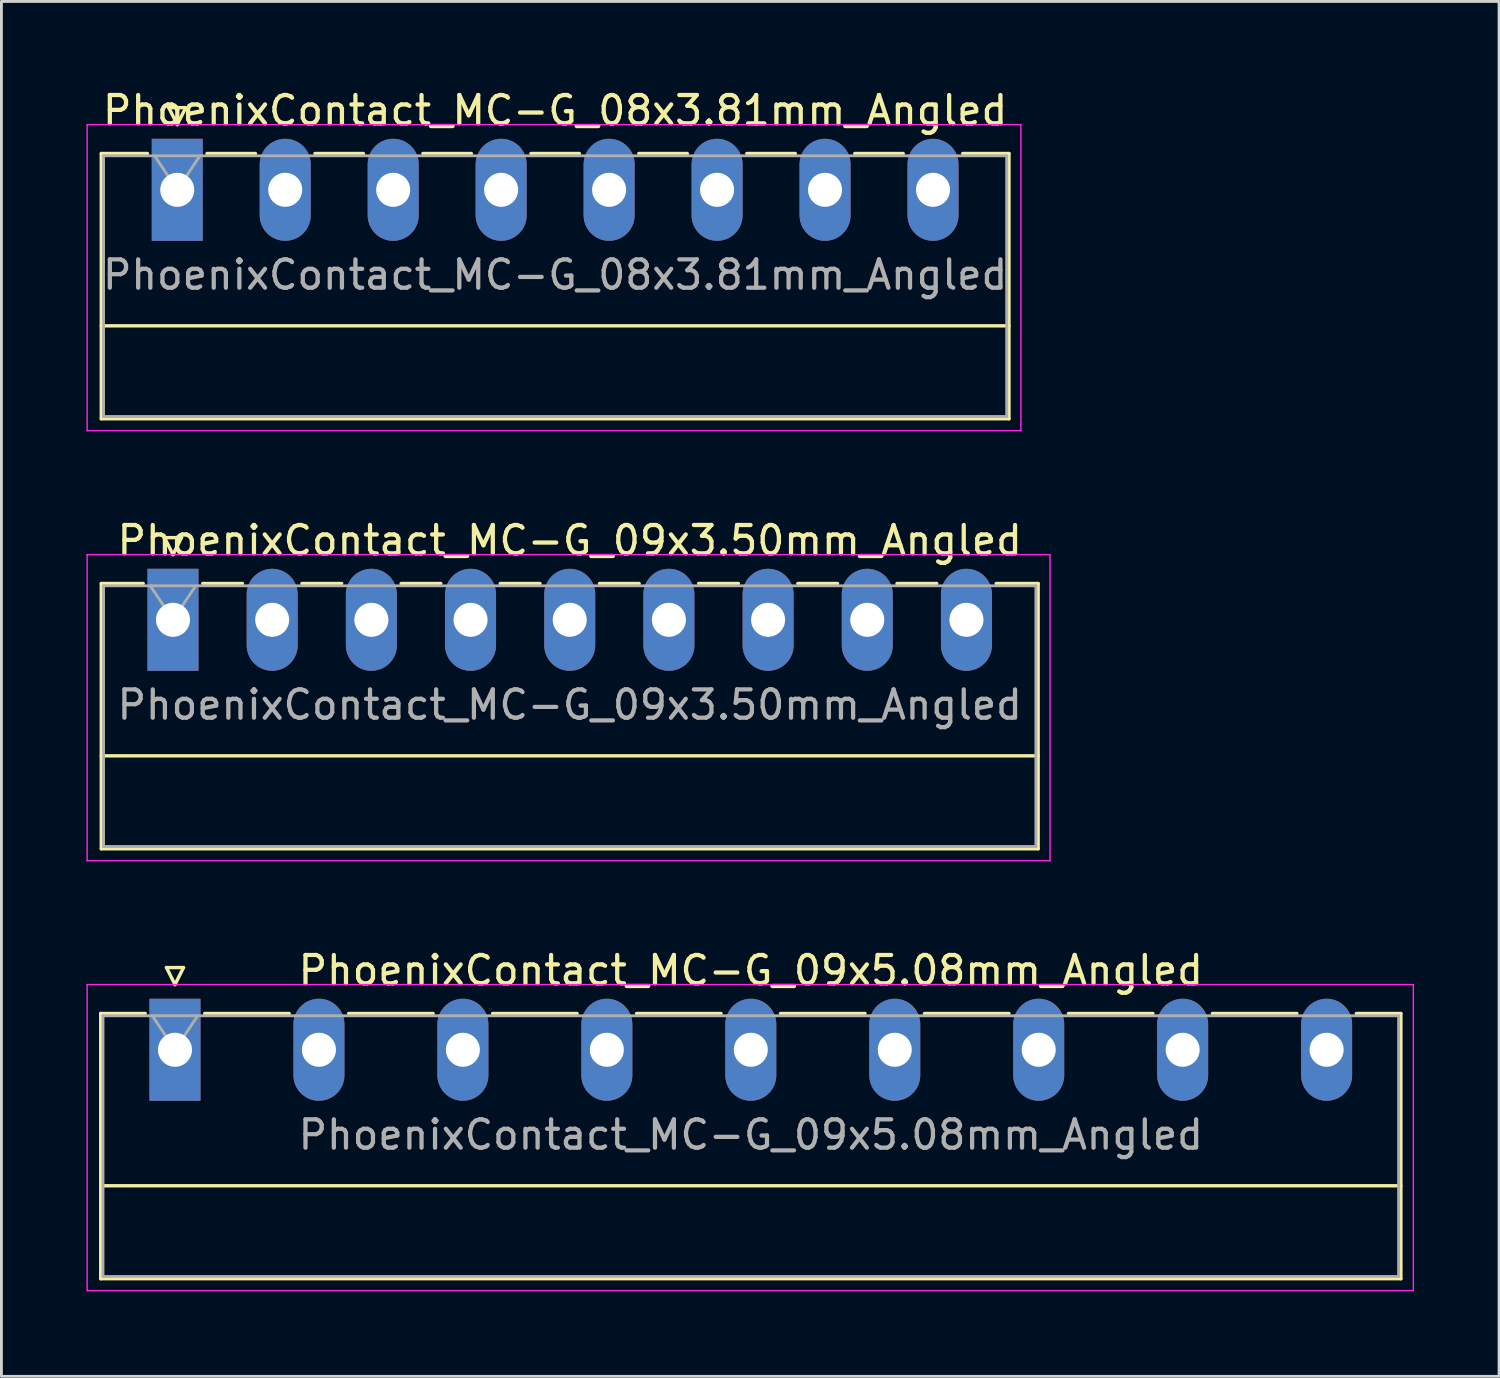
<source format=kicad_pcb>
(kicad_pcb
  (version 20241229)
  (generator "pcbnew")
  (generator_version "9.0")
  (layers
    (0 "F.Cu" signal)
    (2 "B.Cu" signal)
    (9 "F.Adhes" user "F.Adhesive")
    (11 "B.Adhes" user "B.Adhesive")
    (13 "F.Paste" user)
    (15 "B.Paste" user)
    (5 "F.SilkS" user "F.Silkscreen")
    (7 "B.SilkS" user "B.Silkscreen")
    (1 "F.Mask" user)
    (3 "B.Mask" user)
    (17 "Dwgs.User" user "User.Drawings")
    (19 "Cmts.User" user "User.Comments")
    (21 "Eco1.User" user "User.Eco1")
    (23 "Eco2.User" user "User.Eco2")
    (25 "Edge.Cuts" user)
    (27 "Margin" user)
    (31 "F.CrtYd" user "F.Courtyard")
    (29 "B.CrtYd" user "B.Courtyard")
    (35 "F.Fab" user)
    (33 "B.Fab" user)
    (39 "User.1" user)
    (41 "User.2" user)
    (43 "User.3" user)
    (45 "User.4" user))
  (footprint "PhoenixContact_MC-G_08x3.81mm_Angled"
    (layer "F.Cu")
    (at 3.205 3.648)
    (property "Reference" "PhoenixContact_MC-G_08x3.81mm_Angled" (at 13.335 -2.8 0) (layer "F.SilkS") (effects (font (size 1 1) (thickness 0.15))))
    (attr through_hole)
    (fp_line (start -2.68 -1.28) (end -2.68 8.08) (stroke (width 0.12) (type solid)) (layer "F.SilkS"))
    (fp_line (start -2.68 -1.28) (end -1.05 -1.28) (stroke (width 0.12) (type solid)) (layer "F.SilkS"))
    (fp_line (start -2.68 4.8) (end 29.35 4.8) (stroke (width 0.12) (type solid)) (layer "F.SilkS"))
    (fp_line (start -2.68 8.08) (end 29.35 8.08) (stroke (width 0.12) (type solid)) (layer "F.SilkS"))
    (fp_line (start -0.3 -2.9) (end 0.3 -2.9) (stroke (width 0.12) (type solid)) (layer "F.SilkS"))
    (fp_line (start 0 -2.3) (end -0.3 -2.9) (stroke (width 0.12) (type solid)) (layer "F.SilkS"))
    (fp_line (start 0.3 -2.9) (end 0 -2.3) (stroke (width 0.12) (type solid)) (layer "F.SilkS"))
    (fp_line (start 1.05 -1.28) (end 2.76 -1.28) (stroke (width 0.12) (type solid)) (layer "F.SilkS"))
    (fp_line (start 4.86 -1.28) (end 6.57 -1.28) (stroke (width 0.12) (type solid)) (layer "F.SilkS"))
    (fp_line (start 8.67 -1.28) (end 10.38 -1.28) (stroke (width 0.12) (type solid)) (layer "F.SilkS"))
    (fp_line (start 12.48 -1.28) (end 14.19 -1.28) (stroke (width 0.12) (type solid)) (layer "F.SilkS"))
    (fp_line (start 16.29 -1.28) (end 18 -1.28) (stroke (width 0.12) (type solid)) (layer "F.SilkS"))
    (fp_line (start 20.1 -1.28) (end 21.81 -1.28) (stroke (width 0.12) (type solid)) (layer "F.SilkS"))
    (fp_line (start 23.91 -1.28) (end 25.62 -1.28) (stroke (width 0.12) (type solid)) (layer "F.SilkS"))
    (fp_line (start 29.35 -1.28) (end 27.72 -1.28) (stroke (width 0.12) (type solid)) (layer "F.SilkS"))
    (fp_line (start 29.35 8.08) (end 29.35 -1.28) (stroke (width 0.12) (type solid)) (layer "F.SilkS"))
    (fp_line (start -3.18 -2.3) (end -3.18 8.5) (stroke (width 0.05) (type solid)) (layer "F.CrtYd"))
    (fp_line (start -3.18 8.5) (end 29.77 8.5) (stroke (width 0.05) (type solid)) (layer "F.CrtYd"))
    (fp_line (start 29.77 -2.3) (end -3.18 -2.3) (stroke (width 0.05) (type solid)) (layer "F.CrtYd"))
    (fp_line (start 29.77 8.5) (end 29.77 -2.3) (stroke (width 0.05) (type solid)) (layer "F.CrtYd"))
    (fp_line (start -2.6 -1.2) (end -2.6 8) (stroke (width 0.1) (type solid)) (layer "F.Fab"))
    (fp_line (start -2.6 8) (end 29.27 8) (stroke (width 0.1) (type solid)) (layer "F.Fab"))
    (fp_line (start 0 0) (end -0.8 -1.2) (stroke (width 0.1) (type solid)) (layer "F.Fab"))
    (fp_line (start 0.8 -1.2) (end 0 0) (stroke (width 0.1) (type solid)) (layer "F.Fab"))
    (fp_line (start 29.27 -1.2) (end -2.6 -1.2) (stroke (width 0.1) (type solid)) (layer "F.Fab"))
    (fp_line (start 29.27 8) (end 29.27 -1.2) (stroke (width 0.1) (type solid)) (layer "F.Fab"))
    (fp_text user "${REFERENCE}" (at 13.335 3 0) (layer "F.Fab") (effects (font (size 1 1) (thickness 0.15))))
    (pad "1" thru_hole rect (at 0 0) (size 1.8 3.6) (drill 1.2) (layers "*.Cu" "*.Mask"))
    (pad "2" thru_hole oval (at 3.81 0) (size 1.8 3.6) (drill 1.2) (layers "*.Cu" "*.Mask"))
    (pad "3" thru_hole oval (at 7.62 0) (size 1.8 3.6) (drill 1.2) (layers "*.Cu" "*.Mask"))
    (pad "4" thru_hole oval (at 11.43 0) (size 1.8 3.6) (drill 1.2) (layers "*.Cu" "*.Mask"))
    (pad "5" thru_hole oval (at 15.24 0) (size 1.8 3.6) (drill 1.2) (layers "*.Cu" "*.Mask"))
    (pad "6" thru_hole oval (at 19.05 0) (size 1.8 3.6) (drill 1.2) (layers "*.Cu" "*.Mask"))
    (pad "7" thru_hole oval (at 22.86 0) (size 1.8 3.6) (drill 1.2) (layers "*.Cu" "*.Mask"))
    (pad "8" thru_hole oval (at 26.67 0) (size 1.8 3.6) (drill 1.2) (layers "*.Cu" "*.Mask")))
  (footprint "PhoenixContact_MC-G_09x5.08mm_Angled"
    (layer "F.Cu")
    (at 3.125 33.995)
    (property "Reference" "PhoenixContact_MC-G_09x5.08mm_Angled" (at 20.32 -2.8 0) (layer "F.SilkS") (effects (font (size 1 1) (thickness 0.15))))
    (attr through_hole)
    (fp_line (start -2.62 -1.28) (end -2.62 8.08) (stroke (width 0.12) (type solid)) (layer "F.SilkS"))
    (fp_line (start -2.62 -1.28) (end -1.05 -1.28) (stroke (width 0.12) (type solid)) (layer "F.SilkS"))
    (fp_line (start -2.62 4.8) (end 43.26 4.8) (stroke (width 0.12) (type solid)) (layer "F.SilkS"))
    (fp_line (start -2.62 8.08) (end 43.26 8.08) (stroke (width 0.12) (type solid)) (layer "F.SilkS"))
    (fp_line (start -0.3 -2.9) (end 0.3 -2.9) (stroke (width 0.12) (type solid)) (layer "F.SilkS"))
    (fp_line (start 0 -2.3) (end -0.3 -2.9) (stroke (width 0.12) (type solid)) (layer "F.SilkS"))
    (fp_line (start 0.3 -2.9) (end 0 -2.3) (stroke (width 0.12) (type solid)) (layer "F.SilkS"))
    (fp_line (start 1.05 -1.28) (end 4.03 -1.28) (stroke (width 0.12) (type solid)) (layer "F.SilkS"))
    (fp_line (start 6.13 -1.28) (end 9.11 -1.28) (stroke (width 0.12) (type solid)) (layer "F.SilkS"))
    (fp_line (start 11.21 -1.28) (end 14.19 -1.28) (stroke (width 0.12) (type solid)) (layer "F.SilkS"))
    (fp_line (start 16.29 -1.28) (end 19.27 -1.28) (stroke (width 0.12) (type solid)) (layer "F.SilkS"))
    (fp_line (start 21.37 -1.28) (end 24.35 -1.28) (stroke (width 0.12) (type solid)) (layer "F.SilkS"))
    (fp_line (start 26.45 -1.28) (end 29.43 -1.28) (stroke (width 0.12) (type solid)) (layer "F.SilkS"))
    (fp_line (start 31.53 -1.28) (end 34.51 -1.28) (stroke (width 0.12) (type solid)) (layer "F.SilkS"))
    (fp_line (start 36.61 -1.28) (end 39.59 -1.28) (stroke (width 0.12) (type solid)) (layer "F.SilkS"))
    (fp_line (start 43.26 -1.28) (end 41.69 -1.28) (stroke (width 0.12) (type solid)) (layer "F.SilkS"))
    (fp_line (start 43.26 8.08) (end 43.26 -1.28) (stroke (width 0.12) (type solid)) (layer "F.SilkS"))
    (fp_line (start -3.1 -2.3) (end -3.1 8.5) (stroke (width 0.05) (type solid)) (layer "F.CrtYd"))
    (fp_line (start -3.1 8.5) (end 43.7 8.5) (stroke (width 0.05) (type solid)) (layer "F.CrtYd"))
    (fp_line (start 43.7 -2.3) (end -3.1 -2.3) (stroke (width 0.05) (type solid)) (layer "F.CrtYd"))
    (fp_line (start 43.7 8.5) (end 43.7 -2.3) (stroke (width 0.05) (type solid)) (layer "F.CrtYd"))
    (fp_line (start -2.54 -1.2) (end -2.54 8) (stroke (width 0.1) (type solid)) (layer "F.Fab"))
    (fp_line (start -2.54 8) (end 43.18 8) (stroke (width 0.1) (type solid)) (layer "F.Fab"))
    (fp_line (start 0 0) (end -0.8 -1.2) (stroke (width 0.1) (type solid)) (layer "F.Fab"))
    (fp_line (start 0.8 -1.2) (end 0 0) (stroke (width 0.1) (type solid)) (layer "F.Fab"))
    (fp_line (start 43.18 -1.2) (end -2.54 -1.2) (stroke (width 0.1) (type solid)) (layer "F.Fab"))
    (fp_line (start 43.18 8) (end 43.18 -1.2) (stroke (width 0.1) (type solid)) (layer "F.Fab"))
    (fp_text user "${REFERENCE}" (at 20.32 3 0) (layer "F.Fab") (effects (font (size 1 1) (thickness 0.15))))
    (pad "1" thru_hole rect (at 0 0) (size 1.8 3.6) (drill 1.2) (layers "*.Cu" "*.Mask"))
    (pad "2" thru_hole oval (at 5.08 0) (size 1.8 3.6) (drill 1.2) (layers "*.Cu" "*.Mask"))
    (pad "3" thru_hole oval (at 10.16 0) (size 1.8 3.6) (drill 1.2) (layers "*.Cu" "*.Mask"))
    (pad "4" thru_hole oval (at 15.24 0) (size 1.8 3.6) (drill 1.2) (layers "*.Cu" "*.Mask"))
    (pad "5" thru_hole oval (at 20.32 0) (size 1.8 3.6) (drill 1.2) (layers "*.Cu" "*.Mask"))
    (pad "6" thru_hole oval (at 25.4 0) (size 1.8 3.6) (drill 1.2) (layers "*.Cu" "*.Mask"))
    (pad "7" thru_hole oval (at 30.48 0) (size 1.8 3.6) (drill 1.2) (layers "*.Cu" "*.Mask"))
    (pad "8" thru_hole oval (at 35.56 0) (size 1.8 3.6) (drill 1.2) (layers "*.Cu" "*.Mask"))
    (pad "9" thru_hole oval (at 40.64 0) (size 1.8 3.6) (drill 1.2) (layers "*.Cu" "*.Mask")))
  (footprint "PhoenixContact_MC-G_09x3.50mm_Angled"
    (layer "F.Cu")
    (at 3.055 18.822)
    (property "Reference" "PhoenixContact_MC-G_09x3.50mm_Angled" (at 14 -2.8 0) (layer "F.SilkS") (effects (font (size 1 1) (thickness 0.15))))
    (attr through_hole)
    (fp_line (start -2.53 -1.28) (end -2.53 8.08) (stroke (width 0.12) (type solid)) (layer "F.SilkS"))
    (fp_line (start -2.53 -1.28) (end -1.05 -1.28) (stroke (width 0.12) (type solid)) (layer "F.SilkS"))
    (fp_line (start -2.53 4.8) (end 30.53 4.8) (stroke (width 0.12) (type solid)) (layer "F.SilkS"))
    (fp_line (start -2.53 8.08) (end 30.53 8.08) (stroke (width 0.12) (type solid)) (layer "F.SilkS"))
    (fp_line (start -0.3 -2.9) (end 0.3 -2.9) (stroke (width 0.12) (type solid)) (layer "F.SilkS"))
    (fp_line (start 0 -2.3) (end -0.3 -2.9) (stroke (width 0.12) (type solid)) (layer "F.SilkS"))
    (fp_line (start 0.3 -2.9) (end 0 -2.3) (stroke (width 0.12) (type solid)) (layer "F.SilkS"))
    (fp_line (start 1.05 -1.28) (end 2.45 -1.28) (stroke (width 0.12) (type solid)) (layer "F.SilkS"))
    (fp_line (start 4.55 -1.28) (end 5.95 -1.28) (stroke (width 0.12) (type solid)) (layer "F.SilkS"))
    (fp_line (start 8.05 -1.28) (end 9.45 -1.28) (stroke (width 0.12) (type solid)) (layer "F.SilkS"))
    (fp_line (start 11.55 -1.28) (end 12.95 -1.28) (stroke (width 0.12) (type solid)) (layer "F.SilkS"))
    (fp_line (start 15.05 -1.28) (end 16.45 -1.28) (stroke (width 0.12) (type solid)) (layer "F.SilkS"))
    (fp_line (start 18.55 -1.28) (end 19.95 -1.28) (stroke (width 0.12) (type solid)) (layer "F.SilkS"))
    (fp_line (start 22.05 -1.28) (end 23.45 -1.28) (stroke (width 0.12) (type solid)) (layer "F.SilkS"))
    (fp_line (start 25.55 -1.28) (end 26.95 -1.28) (stroke (width 0.12) (type solid)) (layer "F.SilkS"))
    (fp_line (start 30.53 -1.28) (end 29.05 -1.28) (stroke (width 0.12) (type solid)) (layer "F.SilkS"))
    (fp_line (start 30.53 8.08) (end 30.53 -1.28) (stroke (width 0.12) (type solid)) (layer "F.SilkS"))
    (fp_line (start -3.03 -2.3) (end -3.03 8.5) (stroke (width 0.05) (type solid)) (layer "F.CrtYd"))
    (fp_line (start -3.03 8.5) (end 30.95 8.5) (stroke (width 0.05) (type solid)) (layer "F.CrtYd"))
    (fp_line (start 30.95 -2.3) (end -3.03 -2.3) (stroke (width 0.05) (type solid)) (layer "F.CrtYd"))
    (fp_line (start 30.95 8.5) (end 30.95 -2.3) (stroke (width 0.05) (type solid)) (layer "F.CrtYd"))
    (fp_line (start -2.45 -1.2) (end -2.45 8) (stroke (width 0.1) (type solid)) (layer "F.Fab"))
    (fp_line (start -2.45 8) (end 30.45 8) (stroke (width 0.1) (type solid)) (layer "F.Fab"))
    (fp_line (start 0 0) (end -0.8 -1.2) (stroke (width 0.1) (type solid)) (layer "F.Fab"))
    (fp_line (start 0.8 -1.2) (end 0 0) (stroke (width 0.1) (type solid)) (layer "F.Fab"))
    (fp_line (start 30.45 -1.2) (end -2.45 -1.2) (stroke (width 0.1) (type solid)) (layer "F.Fab"))
    (fp_line (start 30.45 8) (end 30.45 -1.2) (stroke (width 0.1) (type solid)) (layer "F.Fab"))
    (fp_text user "${REFERENCE}" (at 14 3 0) (layer "F.Fab") (effects (font (size 1 1) (thickness 0.15))))
    (pad "1" thru_hole rect (at 0 0) (size 1.8 3.6) (drill 1.2) (layers "*.Cu" "*.Mask"))
    (pad "2" thru_hole oval (at 3.5 0) (size 1.8 3.6) (drill 1.2) (layers "*.Cu" "*.Mask"))
    (pad "3" thru_hole oval (at 7 0) (size 1.8 3.6) (drill 1.2) (layers "*.Cu" "*.Mask"))
    (pad "4" thru_hole oval (at 10.5 0) (size 1.8 3.6) (drill 1.2) (layers "*.Cu" "*.Mask"))
    (pad "5" thru_hole oval (at 14 0) (size 1.8 3.6) (drill 1.2) (layers "*.Cu" "*.Mask"))
    (pad "6" thru_hole oval (at 17.5 0) (size 1.8 3.6) (drill 1.2) (layers "*.Cu" "*.Mask"))
    (pad "7" thru_hole oval (at 21 0) (size 1.8 3.6) (drill 1.2) (layers "*.Cu" "*.Mask"))
    (pad "8" thru_hole oval (at 24.5 0) (size 1.8 3.6) (drill 1.2) (layers "*.Cu" "*.Mask"))
    (pad "9" thru_hole oval (at 28 0) (size 1.8 3.6) (drill 1.2) (layers "*.Cu" "*.Mask")))
  (gr_rect
    (start -3 -3)
    (end 49.85 45.52)
    (stroke (width 0.1) (type default))
    (fill no)
    (layer "Edge.Cuts")))
</source>
